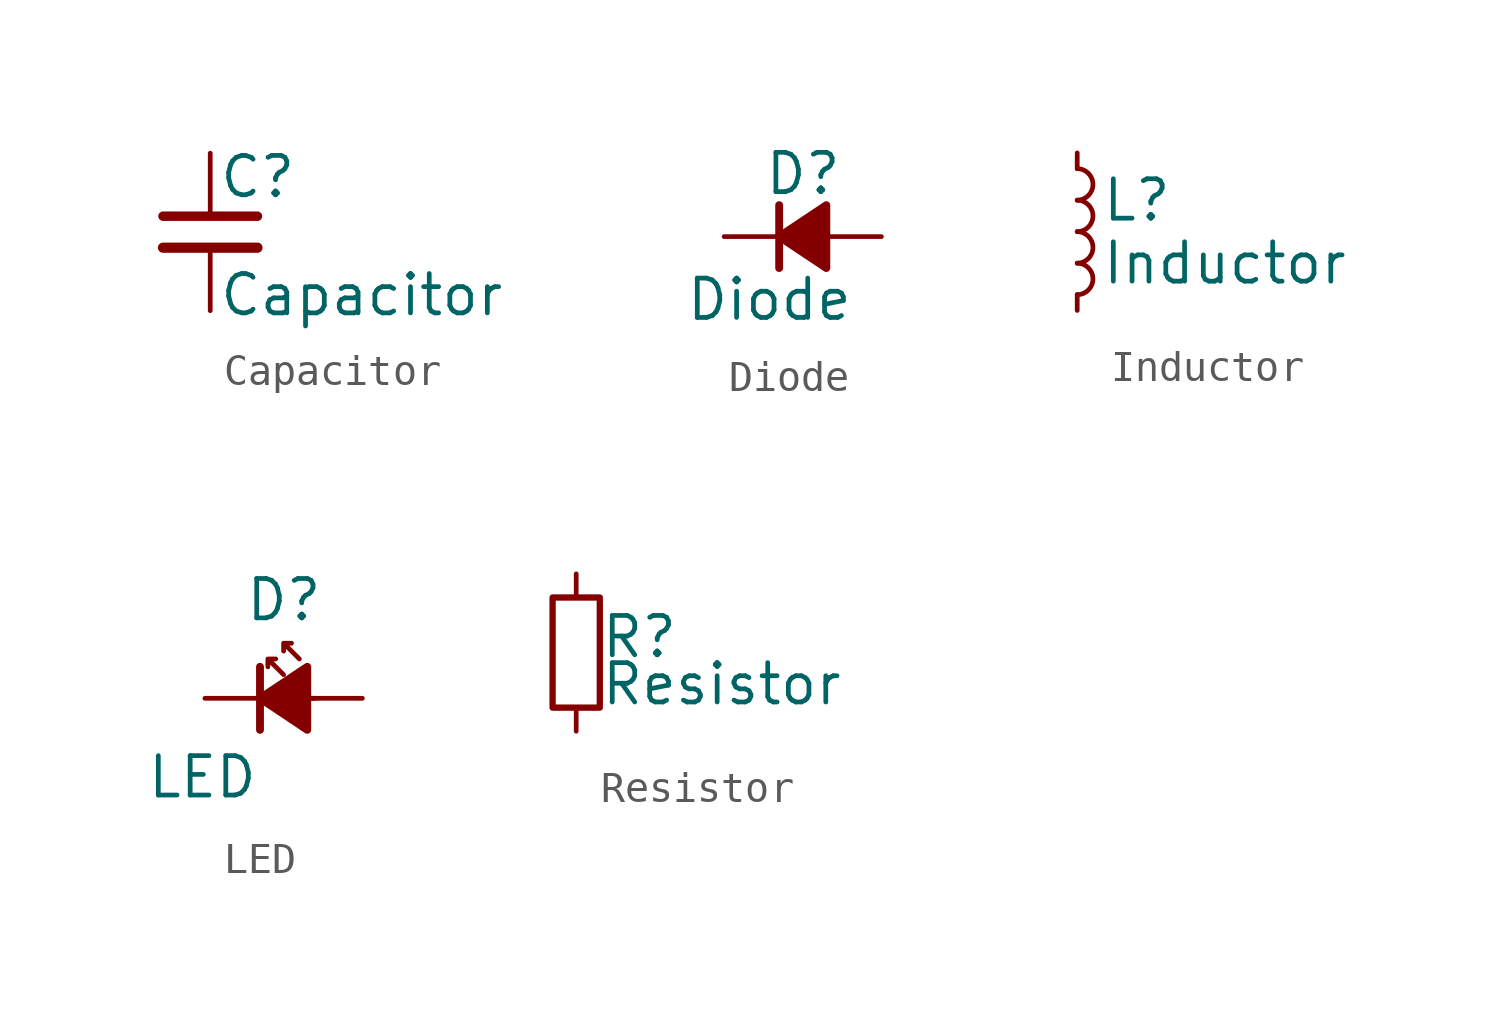
<source format=kicad_sym>
(kicad_symbol_lib
  (version 20220914)
  (generator kicad_symbol_editor)
  (symbol "Capacitor"
    (pin_numbers hide)
    (pin_names
      (offset 0.254) hide)
    (property "Reference" "C"
      (at 0.254 1.778 0)
      (effects (font (size 1.27 1.27)) (justify left)))
    (property "Value" "Capacitor"
      (at 0.254 -2.032 0)
      (effects (font (size 1.27 1.27)) (justify left)))
    (symbol "Capacitor_0_1"
      (polyline (pts (xy -1.524 -0.508) (xy 1.524 -0.508)) (stroke (width 0.33) (type default)) (fill (type none)))
      (polyline (pts (xy -1.524 0.508) (xy 1.524 0.508)) (stroke (width 0.305) (type default)) (fill (type none))))
    (symbol "Capacitor_1_1"
      (pin passive line (at 0 2.54 270) (length 2.032) (name "~" (effects (font (size 1.27 1.27)))) (number "1" (effects (font (size 1.27 1.27)))))
      (pin passive line (at 0 -2.54 90) (length 2.032) (name "~" (effects (font (size 1.27 1.27)))) (number "2" (effects (font (size 1.27 1.27)))))))
  (symbol "Diode"
    (pin_numbers hide)
    (pin_names
      (offset 0.254) hide)
    (property "Reference" "D"
      (at -1.27 2.032 0)
      (effects (font (size 1.27 1.27)) (justify left)))
    (property "Value" "Diode"
      (at -3.81 -2.032 0)
      (effects (font (size 1.27 1.27)) (justify left)))
    (symbol "Diode_0_1"
      (polyline (pts (xy -0.762 -1.016) (xy -0.762 1.016)) (stroke (width 0.254) (type default)) (fill (type none)))
      (polyline (pts (xy -0.762 0) (xy 0.762 0)) (stroke (width 0) (type default)) (fill (type none)))
      (polyline (pts (xy 0.762 -1.016) (xy -0.762 0) (xy 0.762 1.016) (xy 0.762 -1.016)) (stroke (width 0.254) (type default)) (fill (type outline))))
    (symbol "Diode_1_1"
      (pin passive line (at -2.54 0 0) (length 1.778) (name "K" (effects (font (size 1.27 1.27)))) (number "1" (effects (font (size 1.27 1.27)))))
      (pin passive line (at 2.54 0 180) (length 1.778) (name "A" (effects (font (size 1.27 1.27)))) (number "2" (effects (font (size 1.27 1.27)))))))
  (symbol "Inductor"
    (pin_numbers hide)
    (pin_names
      (offset 0.254) hide)
    (property "Reference" "L"
      (at 0.762 1.016 0)
      (effects (font (size 1.27 1.27)) (justify left)))
    (property "Value" "Inductor"
      (at 0.762 -1.016 0)
      (effects (font (size 1.27 1.27)) (justify left)))
    (symbol "Inductor_0_1"
      (arc (start 0 -2.032) (mid 0.5058 -1.524) (end 0 -1.016) (stroke (width 0) (type default)) (fill (type none)))
      (arc (start 0 -1.016) (mid 0.5058 -0.508) (end 0 0) (stroke (width 0) (type default)) (fill (type none)))
      (arc (start 0 0) (mid 0.5058 0.508) (end 0 1.016) (stroke (width 0) (type default)) (fill (type none)))
      (arc (start 0 1.016) (mid 0.5058 1.524) (end 0 2.032) (stroke (width 0) (type default)) (fill (type none))))
    (symbol "Inductor_1_1"
      (pin passive line (at 0 2.54 270) (length 0.508) (name "~" (effects (font (size 1.27 1.27)))) (number "1" (effects (font (size 1.27 1.27)))))
      (pin passive line (at 0 -2.54 90) (length 0.508) (name "~" (effects (font (size 1.27 1.27)))) (number "2" (effects (font (size 1.27 1.27)))))))
  (symbol "LED"
    (pin_numbers hide)
    (pin_names
      (offset 0.254) hide)
    (property "Reference" "D"
      (at -1.27 3.175 0)
      (effects (font (size 1.27 1.27)) (justify left)))
    (property "Value" "LED"
      (at -4.445 -2.54 0)
      (effects (font (size 1.27 1.27)) (justify left)))
    (symbol "LED_0_1"
      (polyline (pts (xy -0.762 -1.016) (xy -0.762 1.016)) (stroke (width 0.254) (type default)) (fill (type none)))
      (polyline (pts (xy 1.016 0) (xy -0.762 0)) (stroke (width 0) (type default)) (fill (type none)))
      (polyline (pts (xy 0.762 -1.016) (xy -0.762 0) (xy 0.762 1.016) (xy 0.762 -1.016)) (stroke (width 0.254) (type default)) (fill (type outline)))
      (polyline (pts (xy 0 0.762) (xy -0.508 1.27) (xy -0.254 1.27) (xy -0.508 1.27) (xy -0.508 1.016)) (stroke (width 0) (type default)) (fill (type none)))
      (polyline (pts (xy 0.508 1.27) (xy 0 1.778) (xy 0.254 1.778) (xy 0 1.778) (xy 0 1.524)) (stroke (width 0) (type default)) (fill (type none))))
    (symbol "LED_1_1"
      (pin passive line (at -2.54 0 0) (length 1.778) (name "K" (effects (font (size 1.27 1.27)))) (number "1" (effects (font (size 1.27 1.27)))))
      (pin passive line (at 2.54 0 180) (length 1.778) (name "A" (effects (font (size 1.27 1.27)))) (number "2" (effects (font (size 1.27 1.27)))))))
  (symbol "Resistor"
    (pin_numbers hide)
    (pin_names
      (offset 0.254) hide)
    (property "Reference" "R"
      (at 0.762 0.508 0)
      (effects (font (size 1.27 1.27)) (justify left)))
    (property "Value" "Resistor"
      (at 0.762 -1.016 0)
      (effects (font (size 1.27 1.27)) (justify left)))
    (symbol "Resistor_0_1"
      (rectangle (start -0.762 1.778) (end 0.762 -1.778) (stroke (width 0.203) (type default)) (fill (type none))))
    (symbol "Resistor_1_1"
      (pin passive line (at 0 2.54 270) (length 0.762) (name "~" (effects (font (size 1.27 1.27)))) (number "1" (effects (font (size 1.27 1.27)))))
      (pin passive line (at 0 -2.54 90) (length 0.762) (name "~" (effects (font (size 1.27 1.27)))) (number "2" (effects (font (size 1.27 1.27))))))))
</source>
